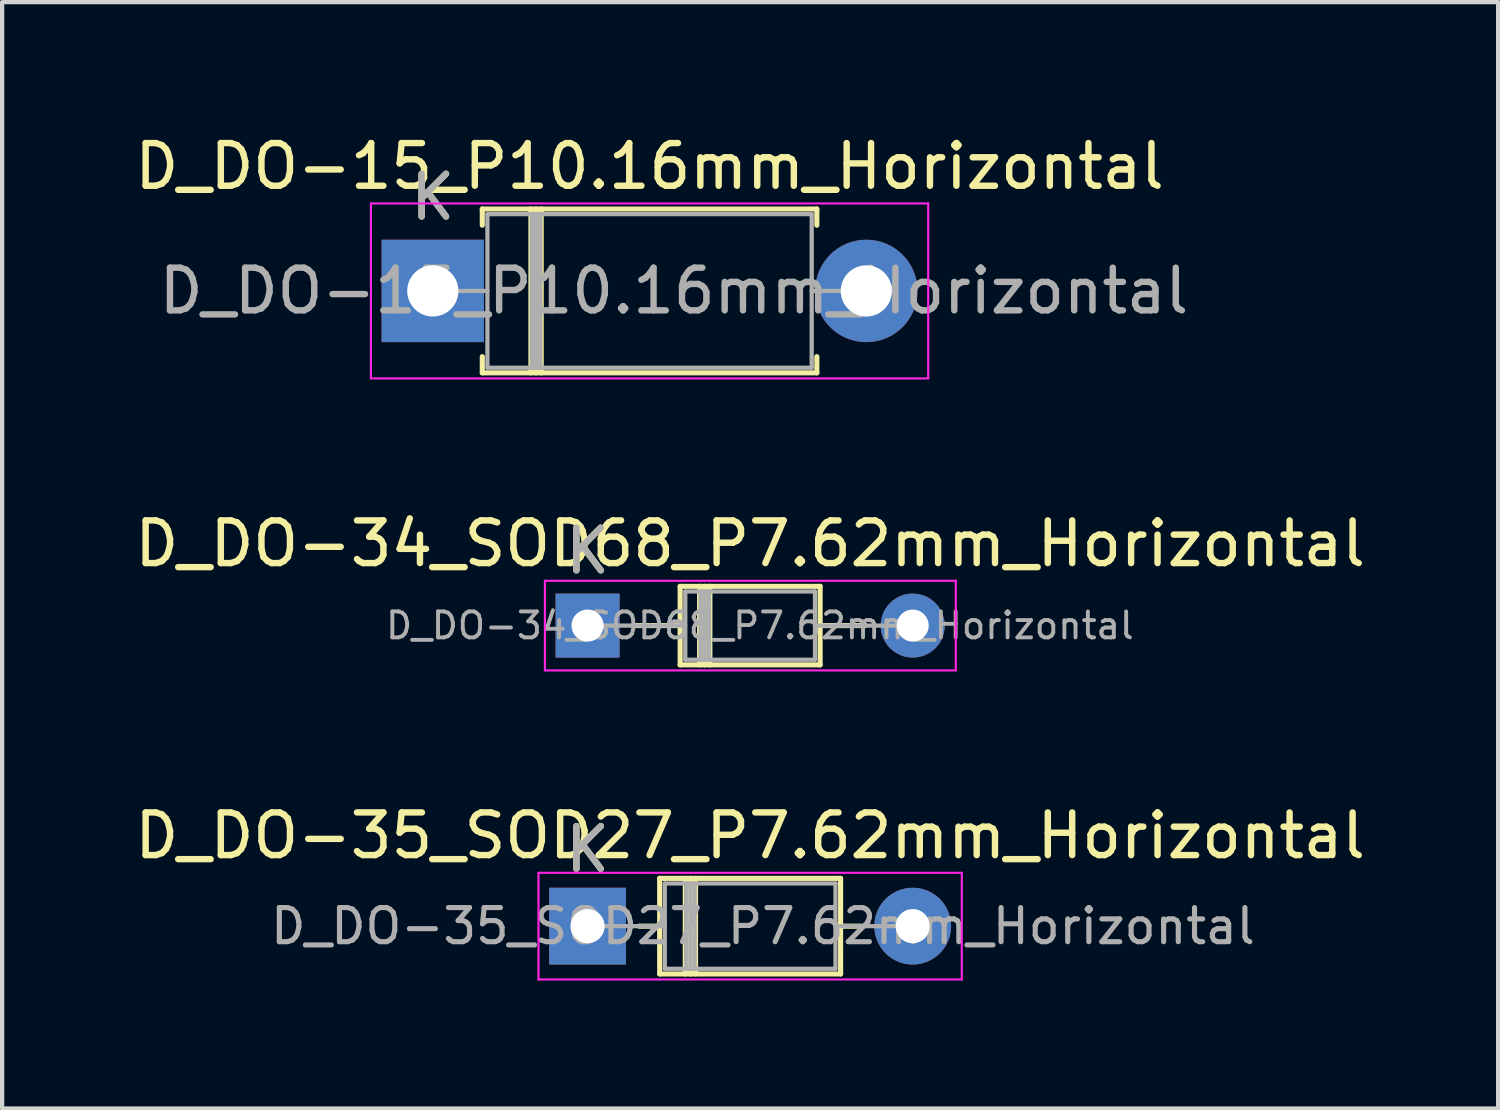
<source format=kicad_pcb>
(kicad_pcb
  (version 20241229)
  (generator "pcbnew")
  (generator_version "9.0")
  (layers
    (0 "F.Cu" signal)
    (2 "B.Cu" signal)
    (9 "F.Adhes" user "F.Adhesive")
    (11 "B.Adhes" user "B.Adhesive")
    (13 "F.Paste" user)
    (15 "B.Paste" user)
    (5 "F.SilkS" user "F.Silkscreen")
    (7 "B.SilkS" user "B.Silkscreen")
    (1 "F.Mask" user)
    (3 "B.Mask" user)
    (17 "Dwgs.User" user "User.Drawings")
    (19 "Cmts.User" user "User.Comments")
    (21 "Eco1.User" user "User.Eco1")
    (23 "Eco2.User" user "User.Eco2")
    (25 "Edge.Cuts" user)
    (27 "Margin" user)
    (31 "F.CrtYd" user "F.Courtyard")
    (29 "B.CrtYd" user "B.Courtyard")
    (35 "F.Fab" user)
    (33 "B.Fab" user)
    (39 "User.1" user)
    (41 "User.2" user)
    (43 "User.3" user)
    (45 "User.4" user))
  (footprint "D_DO-34_SOD68_P7.62mm_Horizontal"
    (layer "F.Cu")
    (at 14.53 11.611)
    (property "Reference" "D_DO-34_SOD68_P7.62mm_Horizontal" (at 0 -1.92 0) (layer "F.SilkS") (effects (font (size 1 1) (thickness 0.15))))
    (attr through_hole)
    (fp_line (start -2.7 0) (end -1.64 0) (stroke (width 0.12) (type solid)) (layer "F.SilkS"))
    (fp_line (start -1.64 -0.92) (end -1.64 0.92) (stroke (width 0.12) (type solid)) (layer "F.SilkS"))
    (fp_line (start -1.64 0.92) (end 1.64 0.92) (stroke (width 0.12) (type solid)) (layer "F.SilkS"))
    (fp_line (start -1.184 -0.92) (end -1.184 0.92) (stroke (width 0.12) (type solid)) (layer "F.SilkS"))
    (fp_line (start -1.064 -0.92) (end -1.064 0.92) (stroke (width 0.12) (type solid)) (layer "F.SilkS"))
    (fp_line (start -0.944 -0.92) (end -0.944 0.92) (stroke (width 0.12) (type solid)) (layer "F.SilkS"))
    (fp_line (start 1.64 -0.92) (end -1.64 -0.92) (stroke (width 0.12) (type solid)) (layer "F.SilkS"))
    (fp_line (start 1.64 0.92) (end 1.64 -0.92) (stroke (width 0.12) (type solid)) (layer "F.SilkS"))
    (fp_line (start 2.7 0) (end 1.64 0) (stroke (width 0.12) (type solid)) (layer "F.SilkS"))
    (fp_line (start -4.81 -1.05) (end -4.81 1.05) (stroke (width 0.05) (type solid)) (layer "F.CrtYd"))
    (fp_line (start -4.81 1.05) (end 4.82 1.05) (stroke (width 0.05) (type solid)) (layer "F.CrtYd"))
    (fp_line (start 4.82 -1.05) (end -4.81 -1.05) (stroke (width 0.05) (type solid)) (layer "F.CrtYd"))
    (fp_line (start 4.82 1.05) (end 4.82 -1.05) (stroke (width 0.05) (type solid)) (layer "F.CrtYd"))
    (fp_line (start -3.81 0) (end -1.52 0) (stroke (width 0.1) (type solid)) (layer "F.Fab"))
    (fp_line (start -1.52 -0.8) (end -1.52 0.8) (stroke (width 0.1) (type solid)) (layer "F.Fab"))
    (fp_line (start -1.52 0.8) (end 1.52 0.8) (stroke (width 0.1) (type solid)) (layer "F.Fab"))
    (fp_line (start -1.164 -0.8) (end -1.164 0.8) (stroke (width 0.1) (type solid)) (layer "F.Fab"))
    (fp_line (start -1.064 -0.8) (end -1.064 0.8) (stroke (width 0.1) (type solid)) (layer "F.Fab"))
    (fp_line (start -0.964 -0.8) (end -0.964 0.8) (stroke (width 0.1) (type solid)) (layer "F.Fab"))
    (fp_line (start 1.52 -0.8) (end -1.52 -0.8) (stroke (width 0.1) (type solid)) (layer "F.Fab"))
    (fp_line (start 1.52 0.8) (end 1.52 -0.8) (stroke (width 0.1) (type solid)) (layer "F.Fab"))
    (fp_line (start 3.81 0) (end 1.52 0) (stroke (width 0.1) (type solid)) (layer "F.Fab"))
    (fp_text user "K" (at -3.81 -1.75 0) (layer "F.SilkS") (effects (font (size 1 1) (thickness 0.15))))
    (fp_text user "K" (at -3.81 -1.75 0) (layer "F.Fab") (effects (font (size 1 1) (thickness 0.15))))
    (fp_text user "${REFERENCE}" (at 0.228 0 0) (layer "F.Fab") (effects (font (size 0.608 0.608) (thickness 0.091))))
    (pad "1" thru_hole rect (at -3.81 0) (size 1.5 1.5) (drill 0.75) (layers "*.Cu" "*.Mask"))
    (pad "2" thru_hole oval (at 3.81 0) (size 1.5 1.5) (drill 0.75) (layers "*.Cu" "*.Mask")))
  (footprint "D_DO-15_P10.16mm_Horizontal"
    (layer "F.Cu")
    (at 12.173 3.768)
    (property "Reference" "D_DO-15_P10.16mm_Horizontal" (at 0 -2.92 0) (layer "F.SilkS") (effects (font (size 1 1) (thickness 0.15))))
    (attr through_hole)
    (fp_line (start -3.92 -1.92) (end 3.92 -1.92) (stroke (width 0.12) (type solid)) (layer "F.SilkS"))
    (fp_line (start -3.92 -1.54) (end -3.92 -1.92) (stroke (width 0.12) (type solid)) (layer "F.SilkS"))
    (fp_line (start -3.92 1.54) (end -3.92 1.92) (stroke (width 0.12) (type solid)) (layer "F.SilkS"))
    (fp_line (start -3.92 1.92) (end 3.92 1.92) (stroke (width 0.12) (type solid)) (layer "F.SilkS"))
    (fp_line (start -2.78 -1.92) (end -2.78 1.92) (stroke (width 0.12) (type solid)) (layer "F.SilkS"))
    (fp_line (start -2.66 -1.92) (end -2.66 1.92) (stroke (width 0.12) (type solid)) (layer "F.SilkS"))
    (fp_line (start -2.54 -1.92) (end -2.54 1.92) (stroke (width 0.12) (type solid)) (layer "F.SilkS"))
    (fp_line (start 3.92 -1.92) (end 3.92 -1.54) (stroke (width 0.12) (type solid)) (layer "F.SilkS"))
    (fp_line (start 3.92 1.92) (end 3.92 1.54) (stroke (width 0.12) (type solid)) (layer "F.SilkS"))
    (fp_line (start -6.53 -2.05) (end -6.53 2.05) (stroke (width 0.05) (type solid)) (layer "F.CrtYd"))
    (fp_line (start -6.53 2.05) (end 6.53 2.05) (stroke (width 0.05) (type solid)) (layer "F.CrtYd"))
    (fp_line (start 6.53 -2.05) (end -6.53 -2.05) (stroke (width 0.05) (type solid)) (layer "F.CrtYd"))
    (fp_line (start 6.53 2.05) (end 6.53 -2.05) (stroke (width 0.05) (type solid)) (layer "F.CrtYd"))
    (fp_line (start -5.08 0) (end -3.8 0) (stroke (width 0.1) (type solid)) (layer "F.Fab"))
    (fp_line (start -3.8 -1.8) (end -3.8 1.8) (stroke (width 0.1) (type solid)) (layer "F.Fab"))
    (fp_line (start -3.8 1.8) (end 3.8 1.8) (stroke (width 0.1) (type solid)) (layer "F.Fab"))
    (fp_line (start -2.76 -1.8) (end -2.76 1.8) (stroke (width 0.1) (type solid)) (layer "F.Fab"))
    (fp_line (start -2.66 -1.8) (end -2.66 1.8) (stroke (width 0.1) (type solid)) (layer "F.Fab"))
    (fp_line (start -2.56 -1.8) (end -2.56 1.8) (stroke (width 0.1) (type solid)) (layer "F.Fab"))
    (fp_line (start 3.8 -1.8) (end -3.8 -1.8) (stroke (width 0.1) (type solid)) (layer "F.Fab"))
    (fp_line (start 3.8 1.8) (end 3.8 -1.8) (stroke (width 0.1) (type solid)) (layer "F.Fab"))
    (fp_line (start 5.08 0) (end 3.8 0) (stroke (width 0.1) (type solid)) (layer "F.Fab"))
    (fp_text user "K" (at -5.08 -2.2 0) (layer "F.SilkS") (effects (font (size 1 1) (thickness 0.15))))
    (fp_text user "${REFERENCE}" (at 0.57 0 0) (layer "F.Fab") (effects (font (size 1 1) (thickness 0.15))))
    (fp_text user "K" (at -5.08 -2.2 0) (layer "F.Fab") (effects (font (size 1 1) (thickness 0.15))))
    (pad "1" thru_hole rect (at -5.08 0) (size 2.4 2.4) (drill 1.2) (layers "*.Cu" "*.Mask"))
    (pad "2" thru_hole oval (at 5.08 0) (size 2.4 2.4) (drill 1.2) (layers "*.Cu" "*.Mask")))
  (footprint "D_DO-35_SOD27_P7.62mm_Horizontal"
    (layer "F.Cu")
    (at 14.53 18.655)
    (property "Reference" "D_DO-35_SOD27_P7.62mm_Horizontal" (at 0 -2.12 0) (layer "F.SilkS") (effects (font (size 1 1) (thickness 0.15))))
    (attr through_hole)
    (fp_line (start -2.6 0) (end -2.12 0) (stroke (width 0.12) (type solid)) (layer "F.SilkS"))
    (fp_line (start -2.12 -1.12) (end -2.12 1.12) (stroke (width 0.12) (type solid)) (layer "F.SilkS"))
    (fp_line (start -2.12 1.12) (end 2.12 1.12) (stroke (width 0.12) (type solid)) (layer "F.SilkS"))
    (fp_line (start -1.52 -1.12) (end -1.52 1.12) (stroke (width 0.12) (type solid)) (layer "F.SilkS"))
    (fp_line (start -1.4 -1.12) (end -1.4 1.12) (stroke (width 0.12) (type solid)) (layer "F.SilkS"))
    (fp_line (start -1.28 -1.12) (end -1.28 1.12) (stroke (width 0.12) (type solid)) (layer "F.SilkS"))
    (fp_line (start 2.12 -1.12) (end -2.12 -1.12) (stroke (width 0.12) (type solid)) (layer "F.SilkS"))
    (fp_line (start 2.12 1.12) (end 2.12 -1.12) (stroke (width 0.12) (type solid)) (layer "F.SilkS"))
    (fp_line (start 2.6 0) (end 2.12 0) (stroke (width 0.12) (type solid)) (layer "F.SilkS"))
    (fp_line (start -4.96 -1.25) (end -4.96 1.25) (stroke (width 0.05) (type solid)) (layer "F.CrtYd"))
    (fp_line (start -4.96 1.25) (end 4.96 1.25) (stroke (width 0.05) (type solid)) (layer "F.CrtYd"))
    (fp_line (start 4.96 -1.25) (end -4.96 -1.25) (stroke (width 0.05) (type solid)) (layer "F.CrtYd"))
    (fp_line (start 4.96 1.25) (end 4.96 -1.25) (stroke (width 0.05) (type solid)) (layer "F.CrtYd"))
    (fp_line (start -3.81 0) (end -2 0) (stroke (width 0.1) (type solid)) (layer "F.Fab"))
    (fp_line (start -2 -1) (end -2 1) (stroke (width 0.1) (type solid)) (layer "F.Fab"))
    (fp_line (start -2 1) (end 2 1) (stroke (width 0.1) (type solid)) (layer "F.Fab"))
    (fp_line (start -1.5 -1) (end -1.5 1) (stroke (width 0.1) (type solid)) (layer "F.Fab"))
    (fp_line (start -1.4 -1) (end -1.4 1) (stroke (width 0.1) (type solid)) (layer "F.Fab"))
    (fp_line (start -1.3 -1) (end -1.3 1) (stroke (width 0.1) (type solid)) (layer "F.Fab"))
    (fp_line (start 2 -1) (end -2 -1) (stroke (width 0.1) (type solid)) (layer "F.Fab"))
    (fp_line (start 2 1) (end 2 -1) (stroke (width 0.1) (type solid)) (layer "F.Fab"))
    (fp_line (start 3.81 0) (end 2 0) (stroke (width 0.1) (type solid)) (layer "F.Fab"))
    (fp_text user "K" (at -3.81 -1.8 0) (layer "F.SilkS") (effects (font (size 1 1) (thickness 0.15))))
    (fp_text user "K" (at -3.81 -1.8 0) (layer "F.Fab") (effects (font (size 1 1) (thickness 0.15))))
    (fp_text user "${REFERENCE}" (at 0.3 0 0) (layer "F.Fab") (effects (font (size 0.8 0.8) (thickness 0.12))))
    (pad "1" thru_hole rect (at -3.81 0) (size 1.8 1.8) (drill 0.8) (layers "*.Cu" "*.Mask"))
    (pad "2" thru_hole oval (at 3.81 0) (size 1.8 1.8) (drill 0.8) (layers "*.Cu" "*.Mask")))
  (gr_rect
    (start -3 -3)
    (end 32.06 22.93)
    (stroke (width 0.1) (type default))
    (fill no)
    (layer "Edge.Cuts")))
</source>
